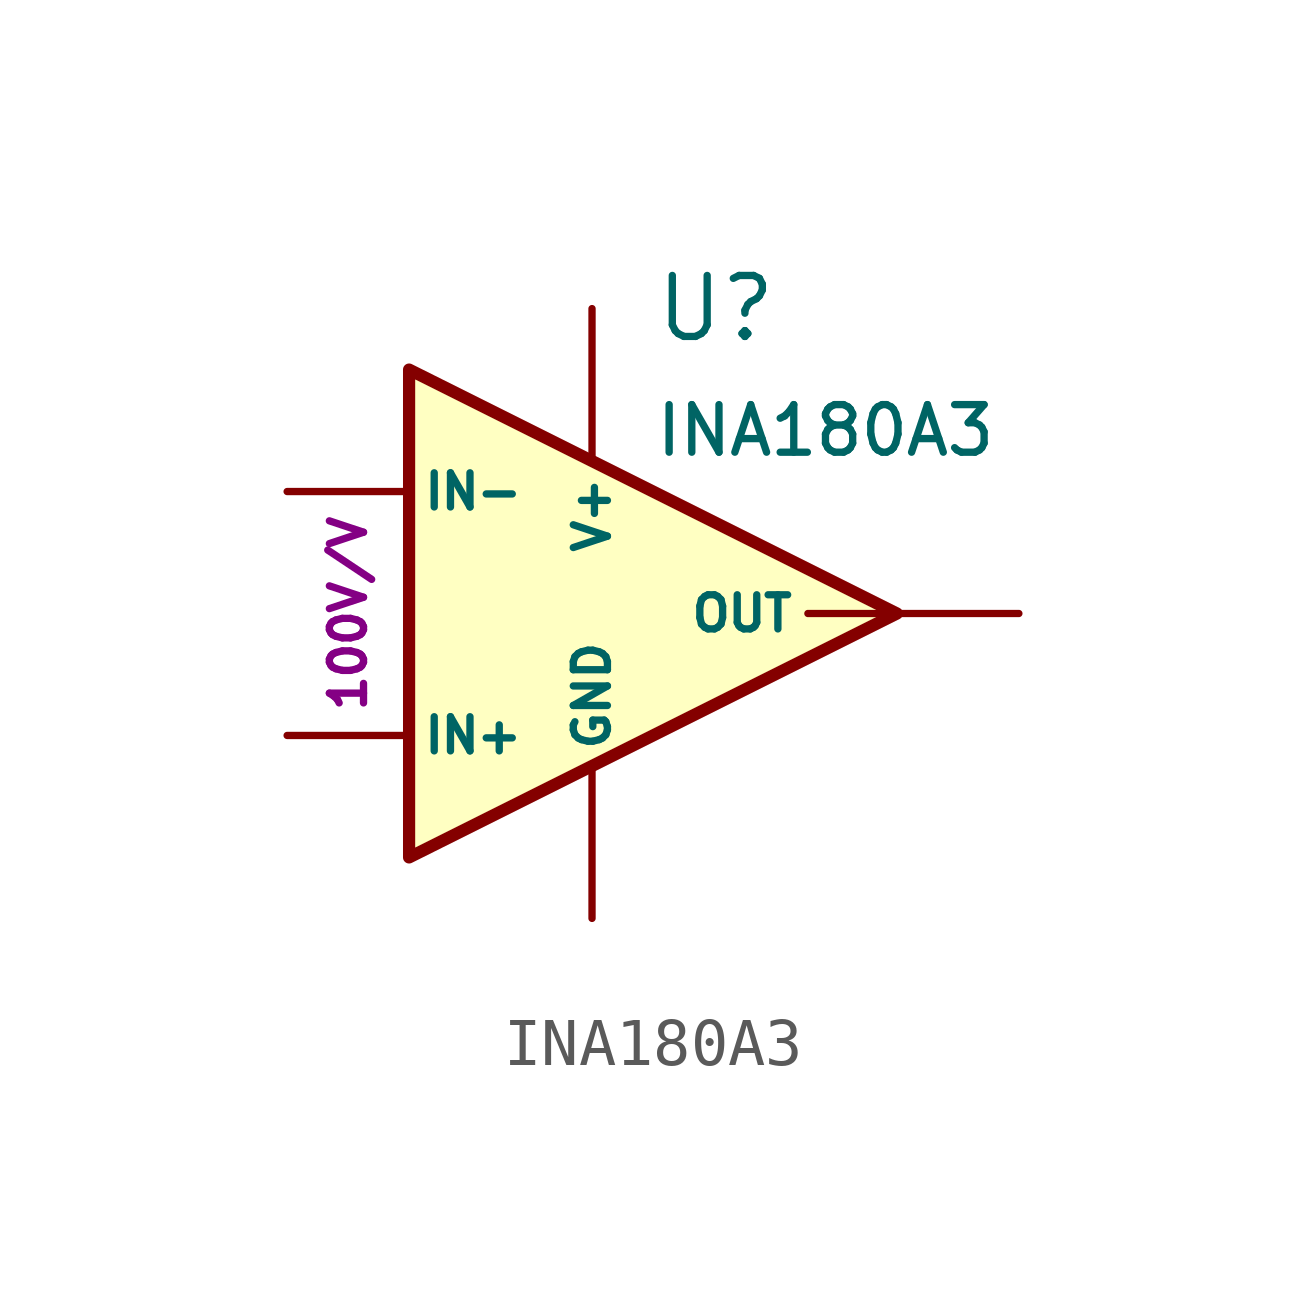
<source format=kicad_sym>
(kicad_symbol_lib
  (version 20211014)
  (generator kicad_symbol_editor)
  (symbol "INA180A3"
    (pin_numbers hide)
    (pin_names
      (offset 0.254))
    (property "Reference" "U"
      (at 1.27 6.35 0)
      (effects (font (size 1.27 1.27)) (justify left)))
    (property "Value" "INA180A3"
      (at 1.27 3.81 0)
      (effects (font (size 0.991 0.991)) (justify left)))
    (property "Gain" "100V/V"
      (at -5.08 0 90)
      (effects (font (size 0.711 0.711))))
    (symbol "INA180A3_1_1"
      (polyline (pts (xy 6.35 0) (xy -3.81 5.08) (xy -3.81 -5.08) (xy 6.35 0)) (stroke (width 0.254) (type default) (color 0 0 0 0)) (fill (type background)))
      (pin output line (at 8.89 0 180) (length 4.394) (name "OUT" (effects (font (size 0.711 0.711)))) (number "1" (effects (font (size 1.27 1.27)))))
      (pin power_in line (at 0 -6.35 90) (length 3.2) (name "GND" (effects (font (size 0.711 0.711)))) (number "2" (effects (font (size 1.27 1.27)))))
      (pin input line (at -6.35 -2.54 0) (length 2.54) (name "IN+" (effects (font (size 0.711 0.711)))) (number "2" (effects (font (size 1.27 1.27)))))
      (pin input line (at -6.35 2.54 0) (length 2.54) (name "IN-" (effects (font (size 0.711 0.711)))) (number "4" (effects (font (size 1.27 1.27)))))
      (pin power_in line (at 0 6.35 270) (length 3.2) (name "V+" (effects (font (size 0.711 0.711)))) (number "5" (effects (font (size 1.27 1.27))))))))
</source>
